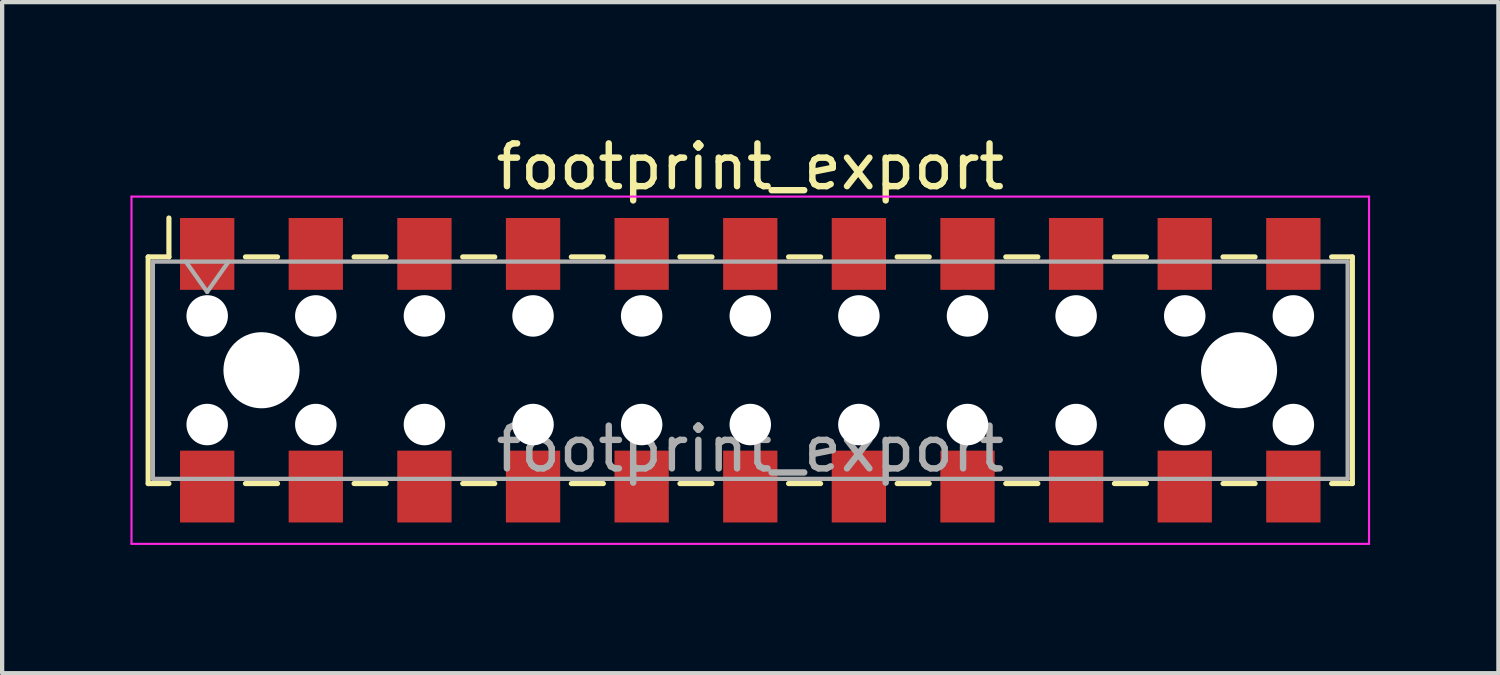
<source format=kicad_pcb>
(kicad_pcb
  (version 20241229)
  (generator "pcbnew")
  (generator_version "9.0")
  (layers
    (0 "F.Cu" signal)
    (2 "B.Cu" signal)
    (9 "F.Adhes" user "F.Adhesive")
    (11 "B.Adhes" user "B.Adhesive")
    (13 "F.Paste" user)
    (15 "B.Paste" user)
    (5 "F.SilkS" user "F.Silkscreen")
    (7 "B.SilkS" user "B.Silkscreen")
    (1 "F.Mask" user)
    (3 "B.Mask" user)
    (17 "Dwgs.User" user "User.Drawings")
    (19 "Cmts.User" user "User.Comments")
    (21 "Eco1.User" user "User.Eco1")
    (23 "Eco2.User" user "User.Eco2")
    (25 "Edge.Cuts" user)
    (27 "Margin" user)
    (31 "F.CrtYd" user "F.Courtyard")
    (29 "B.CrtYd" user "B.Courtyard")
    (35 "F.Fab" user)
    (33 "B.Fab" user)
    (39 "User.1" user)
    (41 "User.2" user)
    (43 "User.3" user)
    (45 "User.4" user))
  (footprint "footprint_export"
    (layer "F.Cu")
    (at 14.495 5.608)
    (property "Reference" "footprint_export" (at 0 -4.76 0) (layer "F.SilkS") (effects (font (size 1 1) (thickness 0.15))))
    (attr smd)
    (fp_line (start -14.08 -2.65) (end -14.08 2.65) (stroke (width 0.12) (type solid)) (layer "F.SilkS"))
    (fp_line (start -14.08 2.65) (end -13.595 2.65) (stroke (width 0.12) (type solid)) (layer "F.SilkS"))
    (fp_line (start -13.595 -3.56) (end -13.595 -2.65) (stroke (width 0.12) (type solid)) (layer "F.SilkS"))
    (fp_line (start -13.595 -2.65) (end -14.08 -2.65) (stroke (width 0.12) (type solid)) (layer "F.SilkS"))
    (fp_line (start -11.805 -2.65) (end -11.055 -2.65) (stroke (width 0.12) (type solid)) (layer "F.SilkS"))
    (fp_line (start -11.805 2.65) (end -11.055 2.65) (stroke (width 0.12) (type solid)) (layer "F.SilkS"))
    (fp_line (start -9.265 -2.65) (end -8.515 -2.65) (stroke (width 0.12) (type solid)) (layer "F.SilkS"))
    (fp_line (start -9.265 2.65) (end -8.515 2.65) (stroke (width 0.12) (type solid)) (layer "F.SilkS"))
    (fp_line (start -6.725 -2.65) (end -5.975 -2.65) (stroke (width 0.12) (type solid)) (layer "F.SilkS"))
    (fp_line (start -6.725 2.65) (end -5.975 2.65) (stroke (width 0.12) (type solid)) (layer "F.SilkS"))
    (fp_line (start -4.185 -2.65) (end -3.435 -2.65) (stroke (width 0.12) (type solid)) (layer "F.SilkS"))
    (fp_line (start -4.185 2.65) (end -3.435 2.65) (stroke (width 0.12) (type solid)) (layer "F.SilkS"))
    (fp_line (start -1.645 -2.65) (end -0.895 -2.65) (stroke (width 0.12) (type solid)) (layer "F.SilkS"))
    (fp_line (start -1.645 2.65) (end -0.895 2.65) (stroke (width 0.12) (type solid)) (layer "F.SilkS"))
    (fp_line (start 0.895 -2.65) (end 1.645 -2.65) (stroke (width 0.12) (type solid)) (layer "F.SilkS"))
    (fp_line (start 0.895 2.65) (end 1.645 2.65) (stroke (width 0.12) (type solid)) (layer "F.SilkS"))
    (fp_line (start 3.435 -2.65) (end 4.185 -2.65) (stroke (width 0.12) (type solid)) (layer "F.SilkS"))
    (fp_line (start 3.435 2.65) (end 4.185 2.65) (stroke (width 0.12) (type solid)) (layer "F.SilkS"))
    (fp_line (start 5.975 -2.65) (end 6.725 -2.65) (stroke (width 0.12) (type solid)) (layer "F.SilkS"))
    (fp_line (start 5.975 2.65) (end 6.725 2.65) (stroke (width 0.12) (type solid)) (layer "F.SilkS"))
    (fp_line (start 8.515 -2.65) (end 9.265 -2.65) (stroke (width 0.12) (type solid)) (layer "F.SilkS"))
    (fp_line (start 8.515 2.65) (end 9.265 2.65) (stroke (width 0.12) (type solid)) (layer "F.SilkS"))
    (fp_line (start 11.055 -2.65) (end 11.805 -2.65) (stroke (width 0.12) (type solid)) (layer "F.SilkS"))
    (fp_line (start 11.055 2.65) (end 11.805 2.65) (stroke (width 0.12) (type solid)) (layer "F.SilkS"))
    (fp_line (start 13.595 -2.65) (end 14.08 -2.65) (stroke (width 0.12) (type solid)) (layer "F.SilkS"))
    (fp_line (start 14.08 -2.65) (end 14.08 2.65) (stroke (width 0.12) (type solid)) (layer "F.SilkS"))
    (fp_line (start 14.08 2.65) (end 13.595 2.65) (stroke (width 0.12) (type solid)) (layer "F.SilkS"))
    (fp_line (start -14.47 -4.06) (end 14.47 -4.06) (stroke (width 0.05) (type solid)) (layer "F.CrtYd"))
    (fp_line (start -14.47 4.06) (end -14.47 -4.06) (stroke (width 0.05) (type solid)) (layer "F.CrtYd"))
    (fp_line (start 14.47 -4.06) (end 14.47 4.06) (stroke (width 0.05) (type solid)) (layer "F.CrtYd"))
    (fp_line (start 14.47 4.06) (end -14.47 4.06) (stroke (width 0.05) (type solid)) (layer "F.CrtYd"))
    (fp_line (start -13.97 -2.54) (end 13.97 -2.54) (stroke (width 0.1) (type solid)) (layer "F.Fab"))
    (fp_line (start -13.97 2.54) (end -13.97 -2.54) (stroke (width 0.1) (type solid)) (layer "F.Fab"))
    (fp_line (start -13.2 -2.54) (end -12.7 -1.833) (stroke (width 0.1) (type solid)) (layer "F.Fab"))
    (fp_line (start -12.7 -1.833) (end -12.2 -2.54) (stroke (width 0.1) (type solid)) (layer "F.Fab"))
    (fp_line (start 13.97 -2.54) (end 13.97 2.54) (stroke (width 0.1) (type solid)) (layer "F.Fab"))
    (fp_line (start 13.97 2.54) (end -13.97 2.54) (stroke (width 0.1) (type solid)) (layer "F.Fab"))
    (fp_text user "${REFERENCE}" (at 0 1.84 0) (layer "F.Fab") (effects (font (size 1 1) (thickness 0.15))))
    (pad "" np_thru_hole circle (at -12.7 -1.27) (size 0.97 0.97) (drill 0.97) (layers "*.Cu" "*.Mask"))
    (pad "" np_thru_hole circle (at -12.7 1.27) (size 0.97 0.97) (drill 0.97) (layers "*.Cu" "*.Mask"))
    (pad "" np_thru_hole circle (at -11.43 0) (size 1.78 1.78) (drill 1.78) (layers "*.Cu" "*.Mask"))
    (pad "" np_thru_hole circle (at -10.16 -1.27) (size 0.97 0.97) (drill 0.97) (layers "*.Cu" "*.Mask"))
    (pad "" np_thru_hole circle (at -10.16 1.27) (size 0.97 0.97) (drill 0.97) (layers "*.Cu" "*.Mask"))
    (pad "" np_thru_hole circle (at -7.62 -1.27) (size 0.97 0.97) (drill 0.97) (layers "*.Cu" "*.Mask"))
    (pad "" np_thru_hole circle (at -7.62 1.27) (size 0.97 0.97) (drill 0.97) (layers "*.Cu" "*.Mask"))
    (pad "" np_thru_hole circle (at -5.08 -1.27) (size 0.97 0.97) (drill 0.97) (layers "*.Cu" "*.Mask"))
    (pad "" np_thru_hole circle (at -5.08 1.27) (size 0.97 0.97) (drill 0.97) (layers "*.Cu" "*.Mask"))
    (pad "" np_thru_hole circle (at -2.54 -1.27) (size 0.97 0.97) (drill 0.97) (layers "*.Cu" "*.Mask"))
    (pad "" np_thru_hole circle (at -2.54 1.27) (size 0.97 0.97) (drill 0.97) (layers "*.Cu" "*.Mask"))
    (pad "" np_thru_hole circle (at 0 -1.27) (size 0.97 0.97) (drill 0.97) (layers "*.Cu" "*.Mask"))
    (pad "" np_thru_hole circle (at 0 1.27) (size 0.97 0.97) (drill 0.97) (layers "*.Cu" "*.Mask"))
    (pad "" np_thru_hole circle (at 2.54 -1.27) (size 0.97 0.97) (drill 0.97) (layers "*.Cu" "*.Mask"))
    (pad "" np_thru_hole circle (at 2.54 1.27) (size 0.97 0.97) (drill 0.97) (layers "*.Cu" "*.Mask"))
    (pad "" np_thru_hole circle (at 5.08 -1.27) (size 0.97 0.97) (drill 0.97) (layers "*.Cu" "*.Mask"))
    (pad "" np_thru_hole circle (at 5.08 1.27) (size 0.97 0.97) (drill 0.97) (layers "*.Cu" "*.Mask"))
    (pad "" np_thru_hole circle (at 7.62 -1.27) (size 0.97 0.97) (drill 0.97) (layers "*.Cu" "*.Mask"))
    (pad "" np_thru_hole circle (at 7.62 1.27) (size 0.97 0.97) (drill 0.97) (layers "*.Cu" "*.Mask"))
    (pad "" np_thru_hole circle (at 10.16 -1.27) (size 0.97 0.97) (drill 0.97) (layers "*.Cu" "*.Mask"))
    (pad "" np_thru_hole circle (at 10.16 1.27) (size 0.97 0.97) (drill 0.97) (layers "*.Cu" "*.Mask"))
    (pad "" np_thru_hole circle (at 11.43 0) (size 1.78 1.78) (drill 1.78) (layers "*.Cu" "*.Mask"))
    (pad "" np_thru_hole circle (at 12.7 -1.27) (size 0.97 0.97) (drill 0.97) (layers "*.Cu" "*.Mask"))
    (pad "" np_thru_hole circle (at 12.7 1.27) (size 0.97 0.97) (drill 0.97) (layers "*.Cu" "*.Mask"))
    (pad "1" smd rect (at -12.7 -2.72) (size 1.27 1.68) (layers "F.Cu" "F.Mask" "F.Paste"))
    (pad "2" smd rect (at -12.7 2.72) (size 1.27 1.68) (layers "F.Cu" "F.Mask" "F.Paste"))
    (pad "3" smd rect (at -10.16 -2.72) (size 1.27 1.68) (layers "F.Cu" "F.Mask" "F.Paste"))
    (pad "4" smd rect (at -10.16 2.72) (size 1.27 1.68) (layers "F.Cu" "F.Mask" "F.Paste"))
    (pad "5" smd rect (at -7.62 -2.72) (size 1.27 1.68) (layers "F.Cu" "F.Mask" "F.Paste"))
    (pad "6" smd rect (at -7.62 2.72) (size 1.27 1.68) (layers "F.Cu" "F.Mask" "F.Paste"))
    (pad "7" smd rect (at -5.08 -2.72) (size 1.27 1.68) (layers "F.Cu" "F.Mask" "F.Paste"))
    (pad "8" smd rect (at -5.08 2.72) (size 1.27 1.68) (layers "F.Cu" "F.Mask" "F.Paste"))
    (pad "9" smd rect (at -2.54 -2.72) (size 1.27 1.68) (layers "F.Cu" "F.Mask" "F.Paste"))
    (pad "10" smd rect (at -2.54 2.72) (size 1.27 1.68) (layers "F.Cu" "F.Mask" "F.Paste"))
    (pad "11" smd rect (at 0 -2.72) (size 1.27 1.68) (layers "F.Cu" "F.Mask" "F.Paste"))
    (pad "12" smd rect (at 0 2.72) (size 1.27 1.68) (layers "F.Cu" "F.Mask" "F.Paste"))
    (pad "13" smd rect (at 2.54 -2.72) (size 1.27 1.68) (layers "F.Cu" "F.Mask" "F.Paste"))
    (pad "14" smd rect (at 2.54 2.72) (size 1.27 1.68) (layers "F.Cu" "F.Mask" "F.Paste"))
    (pad "15" smd rect (at 5.08 -2.72) (size 1.27 1.68) (layers "F.Cu" "F.Mask" "F.Paste"))
    (pad "16" smd rect (at 5.08 2.72) (size 1.27 1.68) (layers "F.Cu" "F.Mask" "F.Paste"))
    (pad "17" smd rect (at 7.62 -2.72) (size 1.27 1.68) (layers "F.Cu" "F.Mask" "F.Paste"))
    (pad "18" smd rect (at 7.62 2.72) (size 1.27 1.68) (layers "F.Cu" "F.Mask" "F.Paste"))
    (pad "19" smd rect (at 10.16 -2.72) (size 1.27 1.68) (layers "F.Cu" "F.Mask" "F.Paste"))
    (pad "20" smd rect (at 10.16 2.72) (size 1.27 1.68) (layers "F.Cu" "F.Mask" "F.Paste"))
    (pad "21" smd rect (at 12.7 -2.72) (size 1.27 1.68) (layers "F.Cu" "F.Mask" "F.Paste"))
    (pad "22" smd rect (at 12.7 2.72) (size 1.27 1.68) (layers "F.Cu" "F.Mask" "F.Paste")))
  (gr_rect
    (start -3 -3)
    (end 31.99 12.693)
    (stroke (width 0.1) (type default))
    (fill no)
    (layer "Edge.Cuts")))
</source>
